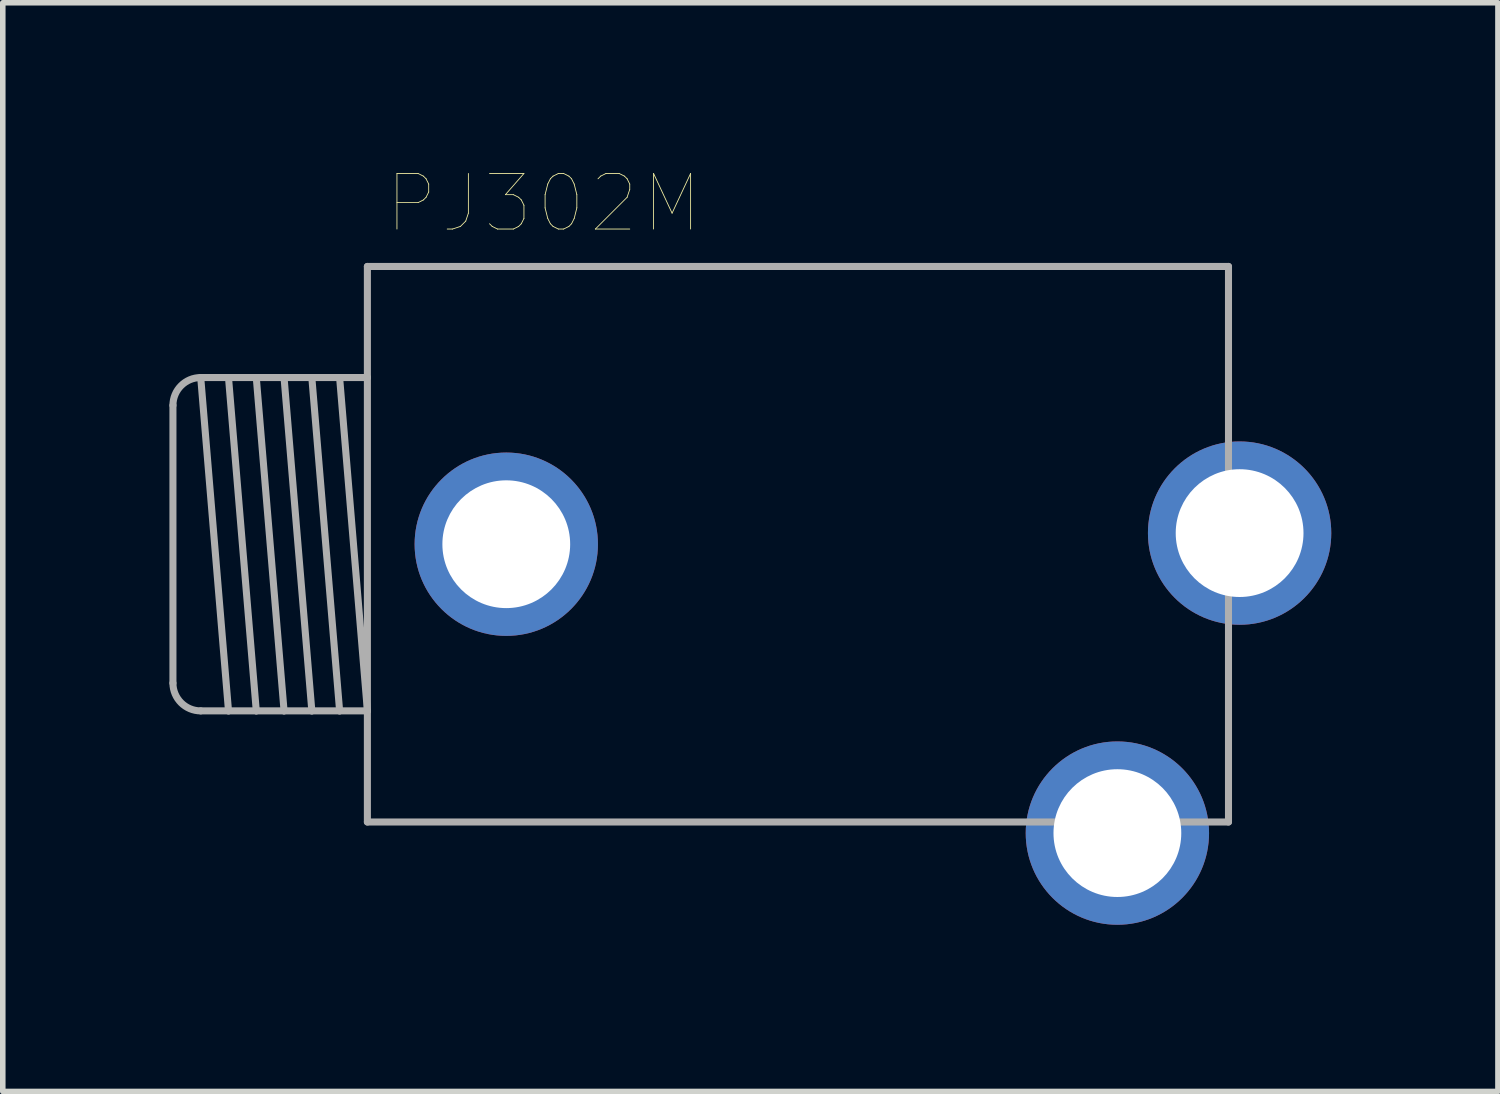
<source format=kicad_pcb>
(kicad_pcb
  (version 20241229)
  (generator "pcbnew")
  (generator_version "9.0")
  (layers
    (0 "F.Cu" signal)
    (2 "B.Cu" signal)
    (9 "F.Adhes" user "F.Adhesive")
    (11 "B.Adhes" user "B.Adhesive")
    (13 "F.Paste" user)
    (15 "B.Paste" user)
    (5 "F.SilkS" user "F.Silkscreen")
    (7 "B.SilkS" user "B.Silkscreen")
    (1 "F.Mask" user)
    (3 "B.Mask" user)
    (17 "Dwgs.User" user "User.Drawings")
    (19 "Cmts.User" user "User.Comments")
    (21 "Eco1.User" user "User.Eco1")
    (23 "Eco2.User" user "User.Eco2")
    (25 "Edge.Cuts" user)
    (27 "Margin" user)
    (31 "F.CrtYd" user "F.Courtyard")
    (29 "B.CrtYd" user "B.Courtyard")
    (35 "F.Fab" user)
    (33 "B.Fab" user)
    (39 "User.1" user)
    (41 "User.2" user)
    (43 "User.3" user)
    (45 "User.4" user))
  (footprint "PJ302M"
    (layer "F.Cu")
    (at 3.563 6.746)
    (property "Reference" "PJ302M" (at 3.175 -6.135 0) (layer "F.SilkS") (effects (font (size 1 1) (thickness 0.015))))
    (attr through_hole)
    (fp_line (start -3.5 -2.5) (end -3.5 2.5) (stroke (width 0.127) (type solid)) (layer "F.Fab"))
    (fp_line (start -2.5 -3) (end -3 -3) (stroke (width 0.127) (type solid)) (layer "F.Fab"))
    (fp_line (start -2.5 3) (end -3 -3) (stroke (width 0.127) (type solid)) (layer "F.Fab"))
    (fp_line (start -2.5 3) (end -3 3) (stroke (width 0.127) (type solid)) (layer "F.Fab"))
    (fp_line (start -2 -3) (end -2.5 -3) (stroke (width 0.127) (type solid)) (layer "F.Fab"))
    (fp_line (start -2 3) (end -2.5 -3) (stroke (width 0.127) (type solid)) (layer "F.Fab"))
    (fp_line (start -2 3) (end -2.5 3) (stroke (width 0.127) (type solid)) (layer "F.Fab"))
    (fp_line (start -2 3) (end -1.5 3) (stroke (width 0.127) (type solid)) (layer "F.Fab"))
    (fp_line (start -1.5 -3) (end -2 -3) (stroke (width 0.127) (type solid)) (layer "F.Fab"))
    (fp_line (start -1.5 3) (end -2 -3) (stroke (width 0.127) (type solid)) (layer "F.Fab"))
    (fp_line (start -1.5 3) (end -1 3) (stroke (width 0.127) (type solid)) (layer "F.Fab"))
    (fp_line (start -1 -3) (end -1.5 -3) (stroke (width 0.127) (type solid)) (layer "F.Fab"))
    (fp_line (start -1 3) (end -1.5 -3) (stroke (width 0.127) (type solid)) (layer "F.Fab"))
    (fp_line (start -1 3) (end -0.5 3) (stroke (width 0.127) (type solid)) (layer "F.Fab"))
    (fp_line (start -0.5 -3) (end -1 -3) (stroke (width 0.127) (type solid)) (layer "F.Fab"))
    (fp_line (start -0.5 3) (end -1 -3) (stroke (width 0.127) (type solid)) (layer "F.Fab"))
    (fp_line (start -0.5 3) (end 0 3) (stroke (width 0.127) (type solid)) (layer "F.Fab"))
    (fp_line (start 0 -5) (end 15.5 -5) (stroke (width 0.127) (type solid)) (layer "F.Fab"))
    (fp_line (start 0 -3) (end -0.5 -3) (stroke (width 0.127) (type solid)) (layer "F.Fab"))
    (fp_line (start 0 -3) (end 0 -5) (stroke (width 0.127) (type solid)) (layer "F.Fab"))
    (fp_line (start 0 3) (end -0.5 -3) (stroke (width 0.127) (type solid)) (layer "F.Fab"))
    (fp_line (start 0 3) (end 0 -3) (stroke (width 0.127) (type solid)) (layer "F.Fab"))
    (fp_line (start 0 5) (end 0 3) (stroke (width 0.127) (type solid)) (layer "F.Fab"))
    (fp_line (start 15.5 -5) (end 15.5 5) (stroke (width 0.127) (type solid)) (layer "F.Fab"))
    (fp_line (start 15.5 5) (end 0 5) (stroke (width 0.127) (type solid)) (layer "F.Fab"))
    (fp_arc (start -3.5 -2.5) (mid -3.353553 -2.853553) (end -3 -3) (stroke (width 0.127) (type solid)) (layer "F.Fab"))
    (fp_arc (start -3 3) (mid -3.353553 2.853553) (end -3.5 2.5) (stroke (width 0.127) (type solid)) (layer "F.Fab"))
    (pad "GND" thru_hole circle (at 2.5 0) (size 3.3 3.3) (drill 2.3) (layers "*.Cu" "*.Mask"))
    (pad "SW" thru_hole circle (at 13.5 5.2) (size 3.3 3.3) (drill 2.3) (layers "*.Cu" "*.Mask"))
    (pad "TIP" thru_hole circle (at 15.7 -0.2) (size 3.3 3.3) (drill 2.3) (layers "*.Cu" "*.Mask")))
  (gr_rect
    (start -3 -3)
    (end 23.913 16.596)
    (stroke (width 0.1) (type default))
    (fill no)
    (layer "Edge.Cuts")))
</source>
